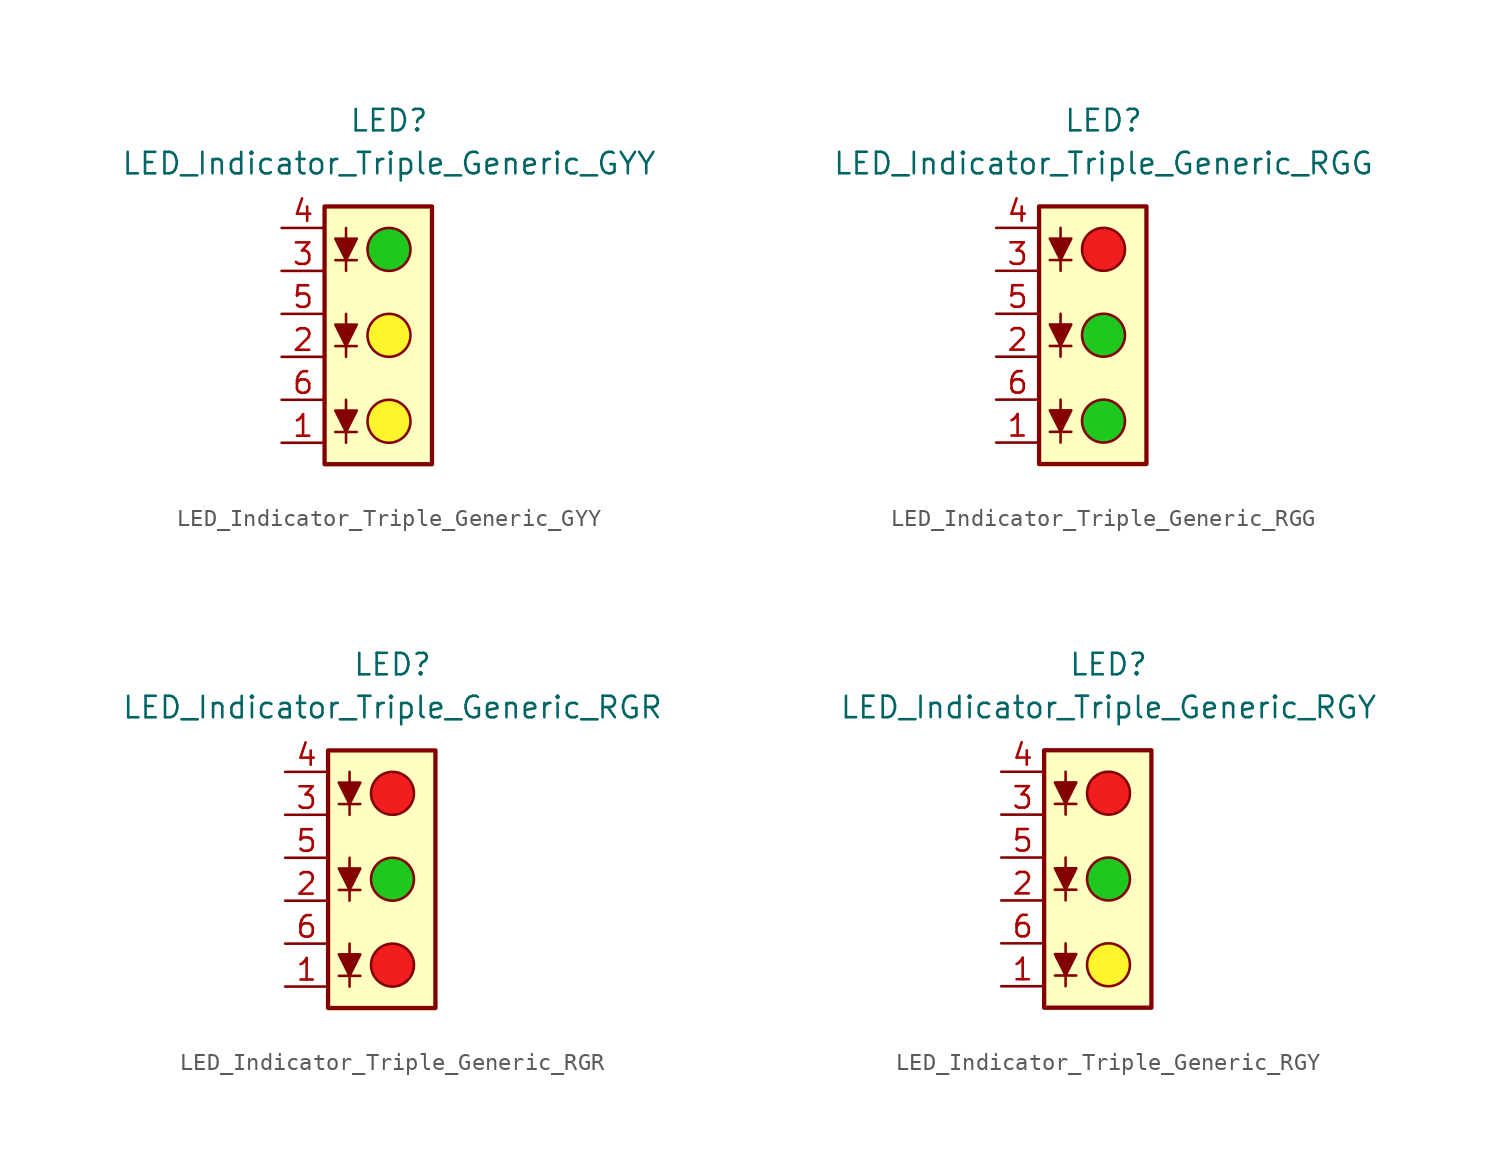
<source format=kicad_sym>
(kicad_symbol_lib
  (version 20231120)
  (generator "kicad_symbol_editor")
  (generator_version "8.0")
  (symbol "LED_Indicator_Triple_Generic_GYY"
    (pin_names
      (offset 1.016) hide)
    (property "Reference" "LED"
      (at 0 12.7 0)
      (effects (font (size 1.27 1.27))))
    (property "Value" "LED_Indicator_Triple_Generic_GYY"
      (at 0 10.16 0)
      (effects (font (size 1.27 1.27))))
    (symbol "LED_Indicator_Triple_Generic_GYY_0_1"
      (rectangle (start -3.81 7.62) (end 2.54 -7.62) (stroke (width 0.254) (type default)) (fill (type background)))
      (circle (center 0 -5.08) (radius 1.27) (stroke (width 0) (type default)) (fill (type color) (color 255 245 45 1)))
      (polyline (pts (xy -3.175 -5.715) (xy -1.905 -5.715)) (stroke (width 0) (type default)) (fill (type none)))
      (polyline (pts (xy -3.175 -0.635) (xy -1.905 -0.635)) (stroke (width 0) (type default)) (fill (type none)))
      (polyline (pts (xy -3.175 4.445) (xy -1.905 4.445)) (stroke (width 0) (type default)) (fill (type none)))
      (polyline (pts (xy -2.54 -3.81) (xy -2.54 -6.35)) (stroke (width 0) (type default)) (fill (type none)))
      (polyline (pts (xy -2.54 1.27) (xy -2.54 -1.27)) (stroke (width 0) (type default)) (fill (type none)))
      (polyline (pts (xy -2.54 6.35) (xy -2.54 3.81)) (stroke (width 0) (type default)) (fill (type none)))
      (polyline (pts (xy -2.54 -5.715) (xy -3.175 -4.445) (xy -1.905 -4.445) (xy -2.54 -5.715)) (stroke (width 0) (type default)) (fill (type outline)))
      (polyline (pts (xy -2.54 -0.635) (xy -3.175 0.635) (xy -1.905 0.635) (xy -2.54 -0.635)) (stroke (width 0) (type default)) (fill (type outline)))
      (polyline (pts (xy -2.54 4.445) (xy -3.175 5.715) (xy -1.905 5.715) (xy -2.54 4.445)) (stroke (width 0) (type default)) (fill (type outline)))
      (circle (center 0 0) (radius 1.27) (stroke (width 0) (type default)) (fill (type color) (color 255 245 45 1)))
      (circle (center 0 5.08) (radius 1.27) (stroke (width 0) (type default)) (fill (type color) (color 30 200 30 1))))
    (symbol "LED_Indicator_Triple_Generic_GYY_1_1"
      (pin passive line (at -6.35 -6.35 0) (length 2.54) (name "K1" (effects (font (size 1.27 1.27)))) (number "1" (effects (font (size 1.27 1.27)))))
      (pin passive line (at -6.35 -1.27 0) (length 2.54) (name "K2" (effects (font (size 1.27 1.27)))) (number "2" (effects (font (size 1.27 1.27)))))
      (pin passive line (at -6.35 3.81 0) (length 2.54) (name "K3" (effects (font (size 1.27 1.27)))) (number "3" (effects (font (size 1.27 1.27)))))
      (pin passive line (at -6.35 6.35 0) (length 2.54) (name "A3" (effects (font (size 1.27 1.27)))) (number "4" (effects (font (size 1.27 1.27)))))
      (pin passive line (at -6.35 1.27 0) (length 2.54) (name "A2" (effects (font (size 1.27 1.27)))) (number "5" (effects (font (size 1.27 1.27)))))
      (pin passive line (at -6.35 -3.81 0) (length 2.54) (name "A1" (effects (font (size 1.27 1.27)))) (number "6" (effects (font (size 1.27 1.27)))))))
  (symbol "LED_Indicator_Triple_Generic_RGG"
    (pin_names
      (offset 1.016) hide)
    (property "Reference" "LED"
      (at 0 12.7 0)
      (effects (font (size 1.27 1.27))))
    (property "Value" "LED_Indicator_Triple_Generic_RGG"
      (at 0 10.16 0)
      (effects (font (size 1.27 1.27))))
    (symbol "LED_Indicator_Triple_Generic_RGG_0_1"
      (rectangle (start -3.81 7.62) (end 2.54 -7.62) (stroke (width 0.254) (type default)) (fill (type background)))
      (circle (center 0 -5.08) (radius 1.27) (stroke (width 0) (type default)) (fill (type color) (color 30 200 30 1)))
      (polyline (pts (xy -3.175 -5.715) (xy -1.905 -5.715)) (stroke (width 0) (type default)) (fill (type none)))
      (polyline (pts (xy -3.175 -0.635) (xy -1.905 -0.635)) (stroke (width 0) (type default)) (fill (type none)))
      (polyline (pts (xy -3.175 4.445) (xy -1.905 4.445)) (stroke (width 0) (type default)) (fill (type none)))
      (polyline (pts (xy -2.54 -3.81) (xy -2.54 -6.35)) (stroke (width 0) (type default)) (fill (type none)))
      (polyline (pts (xy -2.54 1.27) (xy -2.54 -1.27)) (stroke (width 0) (type default)) (fill (type none)))
      (polyline (pts (xy -2.54 6.35) (xy -2.54 3.81)) (stroke (width 0) (type default)) (fill (type none)))
      (polyline (pts (xy -2.54 -5.715) (xy -3.175 -4.445) (xy -1.905 -4.445) (xy -2.54 -5.715)) (stroke (width 0) (type default)) (fill (type outline)))
      (polyline (pts (xy -2.54 -0.635) (xy -3.175 0.635) (xy -1.905 0.635) (xy -2.54 -0.635)) (stroke (width 0) (type default)) (fill (type outline)))
      (polyline (pts (xy -2.54 4.445) (xy -3.175 5.715) (xy -1.905 5.715) (xy -2.54 4.445)) (stroke (width 0) (type default)) (fill (type outline)))
      (circle (center 0 0) (radius 1.27) (stroke (width 0) (type default)) (fill (type color) (color 30 200 30 1)))
      (circle (center 0 5.08) (radius 1.27) (stroke (width 0) (type default)) (fill (type color) (color 240 30 30 1))))
    (symbol "LED_Indicator_Triple_Generic_RGG_1_1"
      (pin passive line (at -6.35 -6.35 0) (length 2.54) (name "K1" (effects (font (size 1.27 1.27)))) (number "1" (effects (font (size 1.27 1.27)))))
      (pin passive line (at -6.35 -1.27 0) (length 2.54) (name "K2" (effects (font (size 1.27 1.27)))) (number "2" (effects (font (size 1.27 1.27)))))
      (pin passive line (at -6.35 3.81 0) (length 2.54) (name "K3" (effects (font (size 1.27 1.27)))) (number "3" (effects (font (size 1.27 1.27)))))
      (pin passive line (at -6.35 6.35 0) (length 2.54) (name "A3" (effects (font (size 1.27 1.27)))) (number "4" (effects (font (size 1.27 1.27)))))
      (pin passive line (at -6.35 1.27 0) (length 2.54) (name "A2" (effects (font (size 1.27 1.27)))) (number "5" (effects (font (size 1.27 1.27)))))
      (pin passive line (at -6.35 -3.81 0) (length 2.54) (name "A1" (effects (font (size 1.27 1.27)))) (number "6" (effects (font (size 1.27 1.27)))))))
  (symbol "LED_Indicator_Triple_Generic_RGR"
    (pin_names
      (offset 1.016) hide)
    (property "Reference" "LED"
      (at 0 12.7 0)
      (effects (font (size 1.27 1.27))))
    (property "Value" "LED_Indicator_Triple_Generic_RGR"
      (at 0 10.16 0)
      (effects (font (size 1.27 1.27))))
    (symbol "LED_Indicator_Triple_Generic_RGR_0_1"
      (rectangle (start -3.81 7.62) (end 2.54 -7.62) (stroke (width 0.254) (type default)) (fill (type background)))
      (circle (center 0 -5.08) (radius 1.27) (stroke (width 0) (type default)) (fill (type color) (color 240 30 30 1)))
      (polyline (pts (xy -3.175 -5.715) (xy -1.905 -5.715)) (stroke (width 0) (type default)) (fill (type none)))
      (polyline (pts (xy -3.175 -0.635) (xy -1.905 -0.635)) (stroke (width 0) (type default)) (fill (type none)))
      (polyline (pts (xy -3.175 4.445) (xy -1.905 4.445)) (stroke (width 0) (type default)) (fill (type none)))
      (polyline (pts (xy -2.54 -3.81) (xy -2.54 -6.35)) (stroke (width 0) (type default)) (fill (type none)))
      (polyline (pts (xy -2.54 1.27) (xy -2.54 -1.27)) (stroke (width 0) (type default)) (fill (type none)))
      (polyline (pts (xy -2.54 6.35) (xy -2.54 3.81)) (stroke (width 0) (type default)) (fill (type none)))
      (polyline (pts (xy -2.54 -5.715) (xy -3.175 -4.445) (xy -1.905 -4.445) (xy -2.54 -5.715)) (stroke (width 0) (type default)) (fill (type outline)))
      (polyline (pts (xy -2.54 -0.635) (xy -3.175 0.635) (xy -1.905 0.635) (xy -2.54 -0.635)) (stroke (width 0) (type default)) (fill (type outline)))
      (polyline (pts (xy -2.54 4.445) (xy -3.175 5.715) (xy -1.905 5.715) (xy -2.54 4.445)) (stroke (width 0) (type default)) (fill (type outline)))
      (circle (center 0 0) (radius 1.27) (stroke (width 0) (type default)) (fill (type color) (color 30 200 30 1)))
      (circle (center 0 5.08) (radius 1.27) (stroke (width 0) (type default)) (fill (type color) (color 240 30 30 1))))
    (symbol "LED_Indicator_Triple_Generic_RGR_1_1"
      (pin passive line (at -6.35 -6.35 0) (length 2.54) (name "K1" (effects (font (size 1.27 1.27)))) (number "1" (effects (font (size 1.27 1.27)))))
      (pin passive line (at -6.35 -1.27 0) (length 2.54) (name "K2" (effects (font (size 1.27 1.27)))) (number "2" (effects (font (size 1.27 1.27)))))
      (pin passive line (at -6.35 3.81 0) (length 2.54) (name "K3" (effects (font (size 1.27 1.27)))) (number "3" (effects (font (size 1.27 1.27)))))
      (pin passive line (at -6.35 6.35 0) (length 2.54) (name "A3" (effects (font (size 1.27 1.27)))) (number "4" (effects (font (size 1.27 1.27)))))
      (pin passive line (at -6.35 1.27 0) (length 2.54) (name "A2" (effects (font (size 1.27 1.27)))) (number "5" (effects (font (size 1.27 1.27)))))
      (pin passive line (at -6.35 -3.81 0) (length 2.54) (name "A1" (effects (font (size 1.27 1.27)))) (number "6" (effects (font (size 1.27 1.27)))))))
  (symbol "LED_Indicator_Triple_Generic_RGY"
    (pin_names
      (offset 1.016) hide)
    (property "Reference" "LED"
      (at 0 12.7 0)
      (effects (font (size 1.27 1.27))))
    (property "Value" "LED_Indicator_Triple_Generic_RGY"
      (at 0 10.16 0)
      (effects (font (size 1.27 1.27))))
    (symbol "LED_Indicator_Triple_Generic_RGY_0_1"
      (rectangle (start -3.81 7.62) (end 2.54 -7.62) (stroke (width 0.254) (type default)) (fill (type background)))
      (circle (center 0 -5.08) (radius 1.27) (stroke (width 0) (type default)) (fill (type color) (color 255 245 45 1)))
      (polyline (pts (xy -3.175 -5.715) (xy -1.905 -5.715)) (stroke (width 0) (type default)) (fill (type none)))
      (polyline (pts (xy -3.175 -0.635) (xy -1.905 -0.635)) (stroke (width 0) (type default)) (fill (type none)))
      (polyline (pts (xy -3.175 4.445) (xy -1.905 4.445)) (stroke (width 0) (type default)) (fill (type none)))
      (polyline (pts (xy -2.54 -3.81) (xy -2.54 -6.35)) (stroke (width 0) (type default)) (fill (type none)))
      (polyline (pts (xy -2.54 1.27) (xy -2.54 -1.27)) (stroke (width 0) (type default)) (fill (type none)))
      (polyline (pts (xy -2.54 6.35) (xy -2.54 3.81)) (stroke (width 0) (type default)) (fill (type none)))
      (polyline (pts (xy -2.54 -5.715) (xy -3.175 -4.445) (xy -1.905 -4.445) (xy -2.54 -5.715)) (stroke (width 0) (type default)) (fill (type outline)))
      (polyline (pts (xy -2.54 -0.635) (xy -3.175 0.635) (xy -1.905 0.635) (xy -2.54 -0.635)) (stroke (width 0) (type default)) (fill (type outline)))
      (polyline (pts (xy -2.54 4.445) (xy -3.175 5.715) (xy -1.905 5.715) (xy -2.54 4.445)) (stroke (width 0) (type default)) (fill (type outline)))
      (circle (center 0 0) (radius 1.27) (stroke (width 0) (type default)) (fill (type color) (color 30 200 30 1)))
      (circle (center 0 5.08) (radius 1.27) (stroke (width 0) (type default)) (fill (type color) (color 240 30 30 1))))
    (symbol "LED_Indicator_Triple_Generic_RGY_1_1"
      (pin passive line (at -6.35 -6.35 0) (length 2.54) (name "K1" (effects (font (size 1.27 1.27)))) (number "1" (effects (font (size 1.27 1.27)))))
      (pin passive line (at -6.35 -1.27 0) (length 2.54) (name "K2" (effects (font (size 1.27 1.27)))) (number "2" (effects (font (size 1.27 1.27)))))
      (pin passive line (at -6.35 3.81 0) (length 2.54) (name "K3" (effects (font (size 1.27 1.27)))) (number "3" (effects (font (size 1.27 1.27)))))
      (pin passive line (at -6.35 6.35 0) (length 2.54) (name "A3" (effects (font (size 1.27 1.27)))) (number "4" (effects (font (size 1.27 1.27)))))
      (pin passive line (at -6.35 1.27 0) (length 2.54) (name "A2" (effects (font (size 1.27 1.27)))) (number "5" (effects (font (size 1.27 1.27)))))
      (pin passive line (at -6.35 -3.81 0) (length 2.54) (name "A1" (effects (font (size 1.27 1.27)))) (number "6" (effects (font (size 1.27 1.27))))))))
</source>
